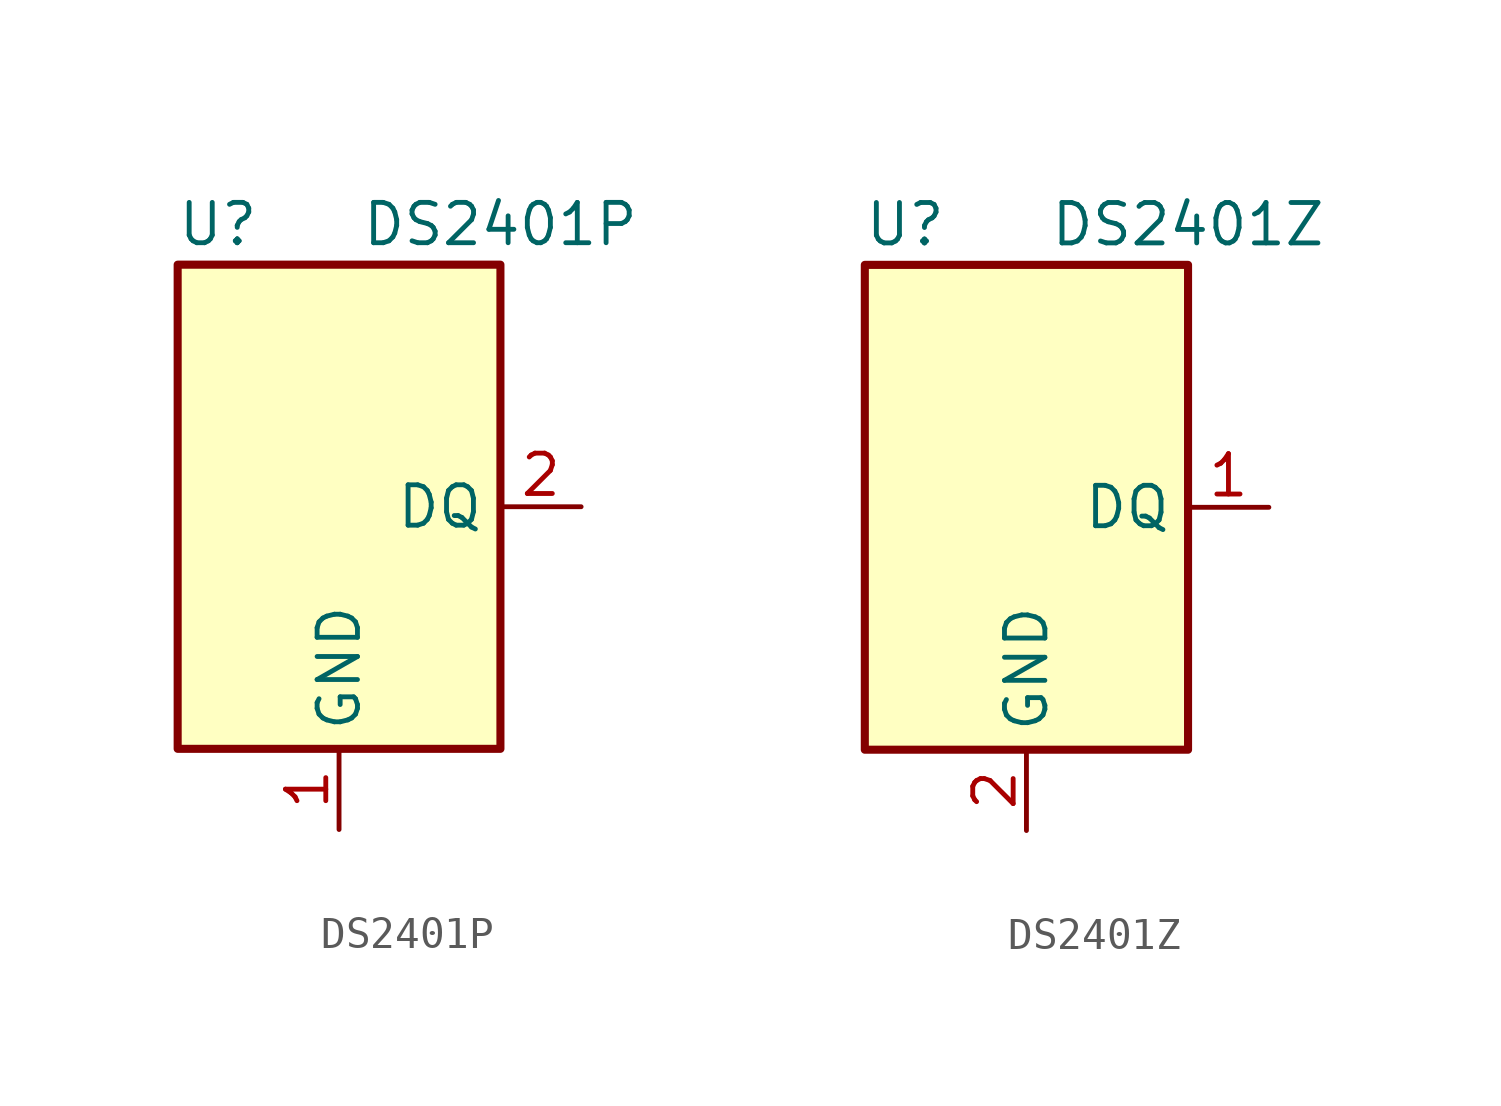
<source format=kicad_sym>
(kicad_symbol_lib
  (version 20200908)
  (generator kicad_symbol_editor)
  (symbol "Memory_UniqueID:DS2401P"
    (property "Reference" "U"
      (at -3.81 8.89 0)
      (effects (font (size 1.27 1.27))))
    (property "Value" "DS2401P"
      (at 5.08 8.89 0)
      (effects (font (size 1.27 1.27))))
    (symbol "DS2401P_0_1"
      (rectangle (start 5.08 -7.62) (end -5.08 7.62) (stroke (width 0.254)) (fill (type background))))
    (symbol "DS2401P_1_1"
      (pin power_in line (at 0 -10.16 90) (length 2.54) (name "GND" (effects (font (size 1.27 1.27)))) (number "1" (effects (font (size 1.27 1.27)))))
      (pin bidirectional line (at 7.62 0 180) (length 2.54) (name "DQ" (effects (font (size 1.27 1.27)))) (number "2" (effects (font (size 1.27 1.27)))))
      (pin unconnected line (at -5.08 5.08 0) (length 2.54) hide (name "NC" (effects (font (size 1.27 1.27)))) (number "3" (effects (font (size 1.27 1.27)))))
      (pin unconnected line (at -5.08 2.54 0) (length 2.54) hide (name "NC" (effects (font (size 1.27 1.27)))) (number "4" (effects (font (size 1.27 1.27)))))
      (pin unconnected line (at -5.08 -2.54 0) (length 2.54) hide (name "NC" (effects (font (size 1.27 1.27)))) (number "5" (effects (font (size 1.27 1.27)))))
      (pin unconnected line (at -5.08 -5.08 0) (length 2.54) hide (name "NC" (effects (font (size 1.27 1.27)))) (number "6" (effects (font (size 1.27 1.27)))))))
  (symbol "Memory_UniqueID:DS2401Z"
    (property "Reference" "U"
      (at -3.81 8.89 0)
      (effects (font (size 1.27 1.27))))
    (property "Value" "DS2401Z"
      (at 5.08 8.89 0)
      (effects (font (size 1.27 1.27))))
    (symbol "DS2401Z_0_1"
      (rectangle (start 5.08 -7.62) (end -5.08 7.62) (stroke (width 0.254)) (fill (type background))))
    (symbol "DS2401Z_1_1"
      (pin bidirectional line (at 7.62 0 180) (length 2.54) (name "DQ" (effects (font (size 1.27 1.27)))) (number "1" (effects (font (size 1.27 1.27)))))
      (pin power_in line (at 0 -10.16 90) (length 2.54) (name "GND" (effects (font (size 1.27 1.27)))) (number "2" (effects (font (size 1.27 1.27)))))
      (pin unconnected line (at -5.08 0 0) (length 2.54) hide (name "NC" (effects (font (size 1.27 1.27)))) (number "3" (effects (font (size 1.27 1.27)))))
      (pin passive line (at 0 -10.16 90) (length 2.54) hide (name "GND" (effects (font (size 1.27 1.27)))) (number "4" (effects (font (size 1.27 1.27))))))))
</source>
